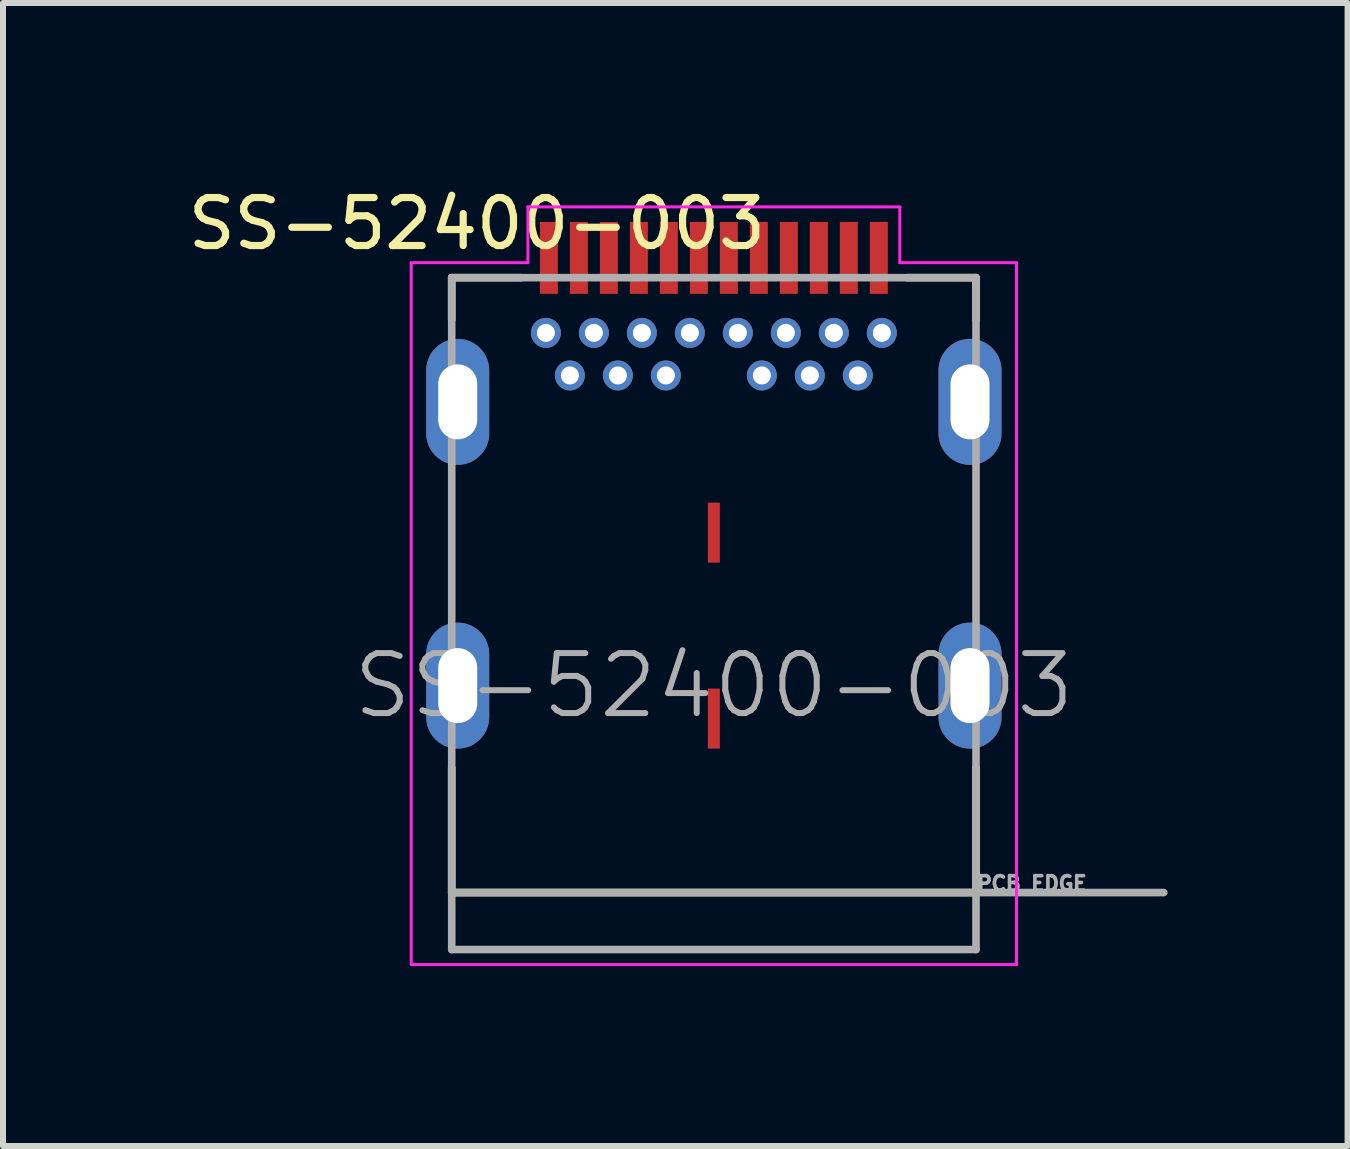
<source format=kicad_pcb>
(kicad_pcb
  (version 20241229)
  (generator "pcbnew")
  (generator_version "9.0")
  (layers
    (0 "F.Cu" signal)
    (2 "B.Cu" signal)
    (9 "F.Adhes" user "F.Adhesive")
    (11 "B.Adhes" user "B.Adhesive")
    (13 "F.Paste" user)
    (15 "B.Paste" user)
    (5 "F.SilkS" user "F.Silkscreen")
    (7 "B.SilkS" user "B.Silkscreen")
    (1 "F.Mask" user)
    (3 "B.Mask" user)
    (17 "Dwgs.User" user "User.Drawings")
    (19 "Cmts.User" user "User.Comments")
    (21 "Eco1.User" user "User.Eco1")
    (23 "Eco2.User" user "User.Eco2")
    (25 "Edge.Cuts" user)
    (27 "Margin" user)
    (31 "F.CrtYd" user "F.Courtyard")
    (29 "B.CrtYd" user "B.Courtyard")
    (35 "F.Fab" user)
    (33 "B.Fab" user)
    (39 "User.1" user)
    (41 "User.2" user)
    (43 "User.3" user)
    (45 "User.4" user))
  (footprint "SS-52400-003"
    (layer "F.Cu")
    (at 8.85 8.379)
    (property "Reference" "SS-52400-003" (at -3.95 -7.7 0) (layer "F.SilkS") (effects (font (size 0.8 0.8) (thickness 0.12))))
    (attr through_hole)
    (fp_line (start -4.37 -6.8) (end -4.37 -6.1) (stroke (width 0.127) (type solid)) (layer "F.SilkS"))
    (fp_line (start -4.37 1.37) (end -4.37 3.45) (stroke (width 0.127) (type solid)) (layer "F.SilkS"))
    (fp_line (start -4.37 3.45) (end 4.37 3.45) (stroke (width 0.127) (type solid)) (layer "F.SilkS"))
    (fp_line (start -3.22 -6.8) (end -4.37 -6.8) (stroke (width 0.127) (type solid)) (layer "F.SilkS"))
    (fp_line (start 3.22 -6.8) (end 4.37 -6.8) (stroke (width 0.127) (type solid)) (layer "F.SilkS"))
    (fp_line (start 4.37 -6.8) (end 4.37 -6.1) (stroke (width 0.127) (type solid)) (layer "F.SilkS"))
    (fp_line (start 4.37 3.45) (end 4.37 1.37) (stroke (width 0.127) (type solid)) (layer "F.SilkS"))
    (fp_line (start -5.045 -7.05) (end -5.045 4.65) (stroke (width 0.05) (type solid)) (layer "F.CrtYd"))
    (fp_line (start -5.045 4.65) (end 5.045 4.65) (stroke (width 0.05) (type solid)) (layer "F.CrtYd"))
    (fp_line (start -3.1 -7.98) (end -3.1 -7.05) (stroke (width 0.05) (type solid)) (layer "F.CrtYd"))
    (fp_line (start -3.1 -7.05) (end -5.045 -7.05) (stroke (width 0.05) (type solid)) (layer "F.CrtYd"))
    (fp_line (start 3.1 -7.98) (end -3.1 -7.98) (stroke (width 0.05) (type solid)) (layer "F.CrtYd"))
    (fp_line (start 3.1 -7.05) (end 3.1 -7.98) (stroke (width 0.05) (type solid)) (layer "F.CrtYd"))
    (fp_line (start 5.045 -7.05) (end 3.1 -7.05) (stroke (width 0.05) (type solid)) (layer "F.CrtYd"))
    (fp_line (start 5.045 4.65) (end 5.045 -7.05) (stroke (width 0.05) (type solid)) (layer "F.CrtYd"))
    (fp_line (start -4.37 -6.8) (end 4.37 -6.8) (stroke (width 0.127) (type solid)) (layer "F.Fab"))
    (fp_line (start -4.37 3.45) (end -4.37 -6.8) (stroke (width 0.127) (type solid)) (layer "F.Fab"))
    (fp_line (start -4.37 3.45) (end 7.5 3.45) (stroke (width 0.127) (type solid)) (layer "F.Fab"))
    (fp_line (start -4.37 4.4) (end -4.37 3.45) (stroke (width 0.127) (type solid)) (layer "F.Fab"))
    (fp_line (start 4.37 -6.8) (end 4.37 4.4) (stroke (width 0.127) (type solid)) (layer "F.Fab"))
    (fp_line (start 4.37 4.4) (end -4.37 4.4) (stroke (width 0.127) (type solid)) (layer "F.Fab"))
    (fp_text user "PCB EDGE" (at 5.3 3.3 0) (layer "F.Fab") (effects (font (size 0.24 0.24) (thickness 0.06))))
    (fp_text user "${REFERENCE}" (at 0 0 180) (layer "F.Fab") (effects (font (size 1 1) (thickness 0.1))))
    (pad "A1" smd rect (at -2.75 -7.13) (size 0.3 1.2) (layers "F.Cu" "F.Mask" "F.Paste"))
    (pad "A2" smd rect (at -2.25 -7.13) (size 0.3 1.2) (layers "F.Cu" "F.Mask" "F.Paste"))
    (pad "A3" smd rect (at -1.75 -7.13) (size 0.3 1.2) (layers "F.Cu" "F.Mask" "F.Paste"))
    (pad "A4" smd rect (at -1.25 -7.13) (size 0.3 1.2) (layers "F.Cu" "F.Mask" "F.Paste"))
    (pad "A5" smd rect (at -0.75 -7.13) (size 0.3 1.2) (layers "F.Cu" "F.Mask" "F.Paste"))
    (pad "A6" smd rect (at -0.25 -7.13) (size 0.3 1.2) (layers "F.Cu" "F.Mask" "F.Paste"))
    (pad "A7" smd rect (at 0.25 -7.13) (size 0.3 1.2) (layers "F.Cu" "F.Mask" "F.Paste"))
    (pad "A8" smd rect (at 0.75 -7.13) (size 0.3 1.2) (layers "F.Cu" "F.Mask" "F.Paste"))
    (pad "A9" smd rect (at 1.25 -7.13) (size 0.3 1.2) (layers "F.Cu" "F.Mask" "F.Paste"))
    (pad "A10" smd rect (at 1.75 -7.13) (size 0.3 1.2) (layers "F.Cu" "F.Mask" "F.Paste"))
    (pad "A11" smd rect (at 2.25 -7.13) (size 0.3 1.2) (layers "F.Cu" "F.Mask" "F.Paste"))
    (pad "A12" smd rect (at 2.75 -7.13) (size 0.3 1.2) (layers "F.Cu" "F.Mask" "F.Paste"))
    (pad "B1" thru_hole circle (at 2.8 -5.88) (size 0.5 0.5) (drill 0.3) (layers "*.Cu" "*.Mask"))
    (pad "B2" thru_hole circle (at 2.4 -5.17) (size 0.5 0.5) (drill 0.3) (layers "*.Cu" "*.Mask"))
    (pad "B3" thru_hole circle (at 1.6 -5.17) (size 0.5 0.5) (drill 0.3) (layers "*.Cu" "*.Mask"))
    (pad "B4" thru_hole circle (at 1.2 -5.88) (size 0.5 0.5) (drill 0.3) (layers "*.Cu" "*.Mask"))
    (pad "B5" thru_hole circle (at 0.8 -5.17) (size 0.5 0.5) (drill 0.3) (layers "*.Cu" "*.Mask"))
    (pad "B6" thru_hole circle (at 0.4 -5.88) (size 0.5 0.5) (drill 0.3) (layers "*.Cu" "*.Mask"))
    (pad "B7" thru_hole circle (at -0.4 -5.88) (size 0.5 0.5) (drill 0.3) (layers "*.Cu" "*.Mask"))
    (pad "B8" thru_hole circle (at -0.8 -5.17) (size 0.5 0.5) (drill 0.3) (layers "*.Cu" "*.Mask"))
    (pad "B9" thru_hole circle (at -1.2 -5.88) (size 0.5 0.5) (drill 0.3) (layers "*.Cu" "*.Mask"))
    (pad "B10" thru_hole circle (at -1.6 -5.17) (size 0.5 0.5) (drill 0.3) (layers "*.Cu" "*.Mask"))
    (pad "B11" thru_hole circle (at -2.4 -5.17) (size 0.5 0.5) (drill 0.3) (layers "*.Cu" "*.Mask"))
    (pad "B12" thru_hole circle (at -2.8 -5.88) (size 0.5 0.5) (drill 0.3) (layers "*.Cu" "*.Mask"))
    (pad "G1" thru_hole circle (at 2 -5.88) (size 0.5 0.5) (drill 0.3) (layers "*.Cu" "*.Mask"))
    (pad "G2" thru_hole circle (at -2 -5.88) (size 0.5 0.5) (drill 0.3) (layers "*.Cu" "*.Mask"))
    (pad "G3" smd rect (at 0 -2.55) (size 0.2 1) (layers "F.Cu" "F.Mask" "F.Paste"))
    (pad "G4" smd rect (at 0 0.55) (size 0.2 1) (layers "F.Cu" "F.Mask" "F.Paste"))
    (pad "S1" thru_hole oval (at -4.27 -4.73) (size 1.05 2.1) (drill oval 0.65 1.25) (layers "*.Cu" "*.Mask"))
    (pad "S2" thru_hole oval (at 4.27 -4.73) (size 1.05 2.1) (drill oval 0.65 1.25) (layers "*.Cu" "*.Mask"))
    (pad "S3" thru_hole oval (at -4.27 0) (size 1.05 2.1) (drill oval 0.65 1.25) (layers "*.Cu" "*.Mask"))
    (pad "S4" thru_hole oval (at 4.27 0) (size 1.05 2.1) (drill oval 0.65 1.25) (layers "*.Cu" "*.Mask")))
  (gr_rect
    (start -3 -3)
    (end 19.414 16.054)
    (stroke (width 0.1) (type default))
    (fill no)
    (layer "Edge.Cuts")))
</source>
